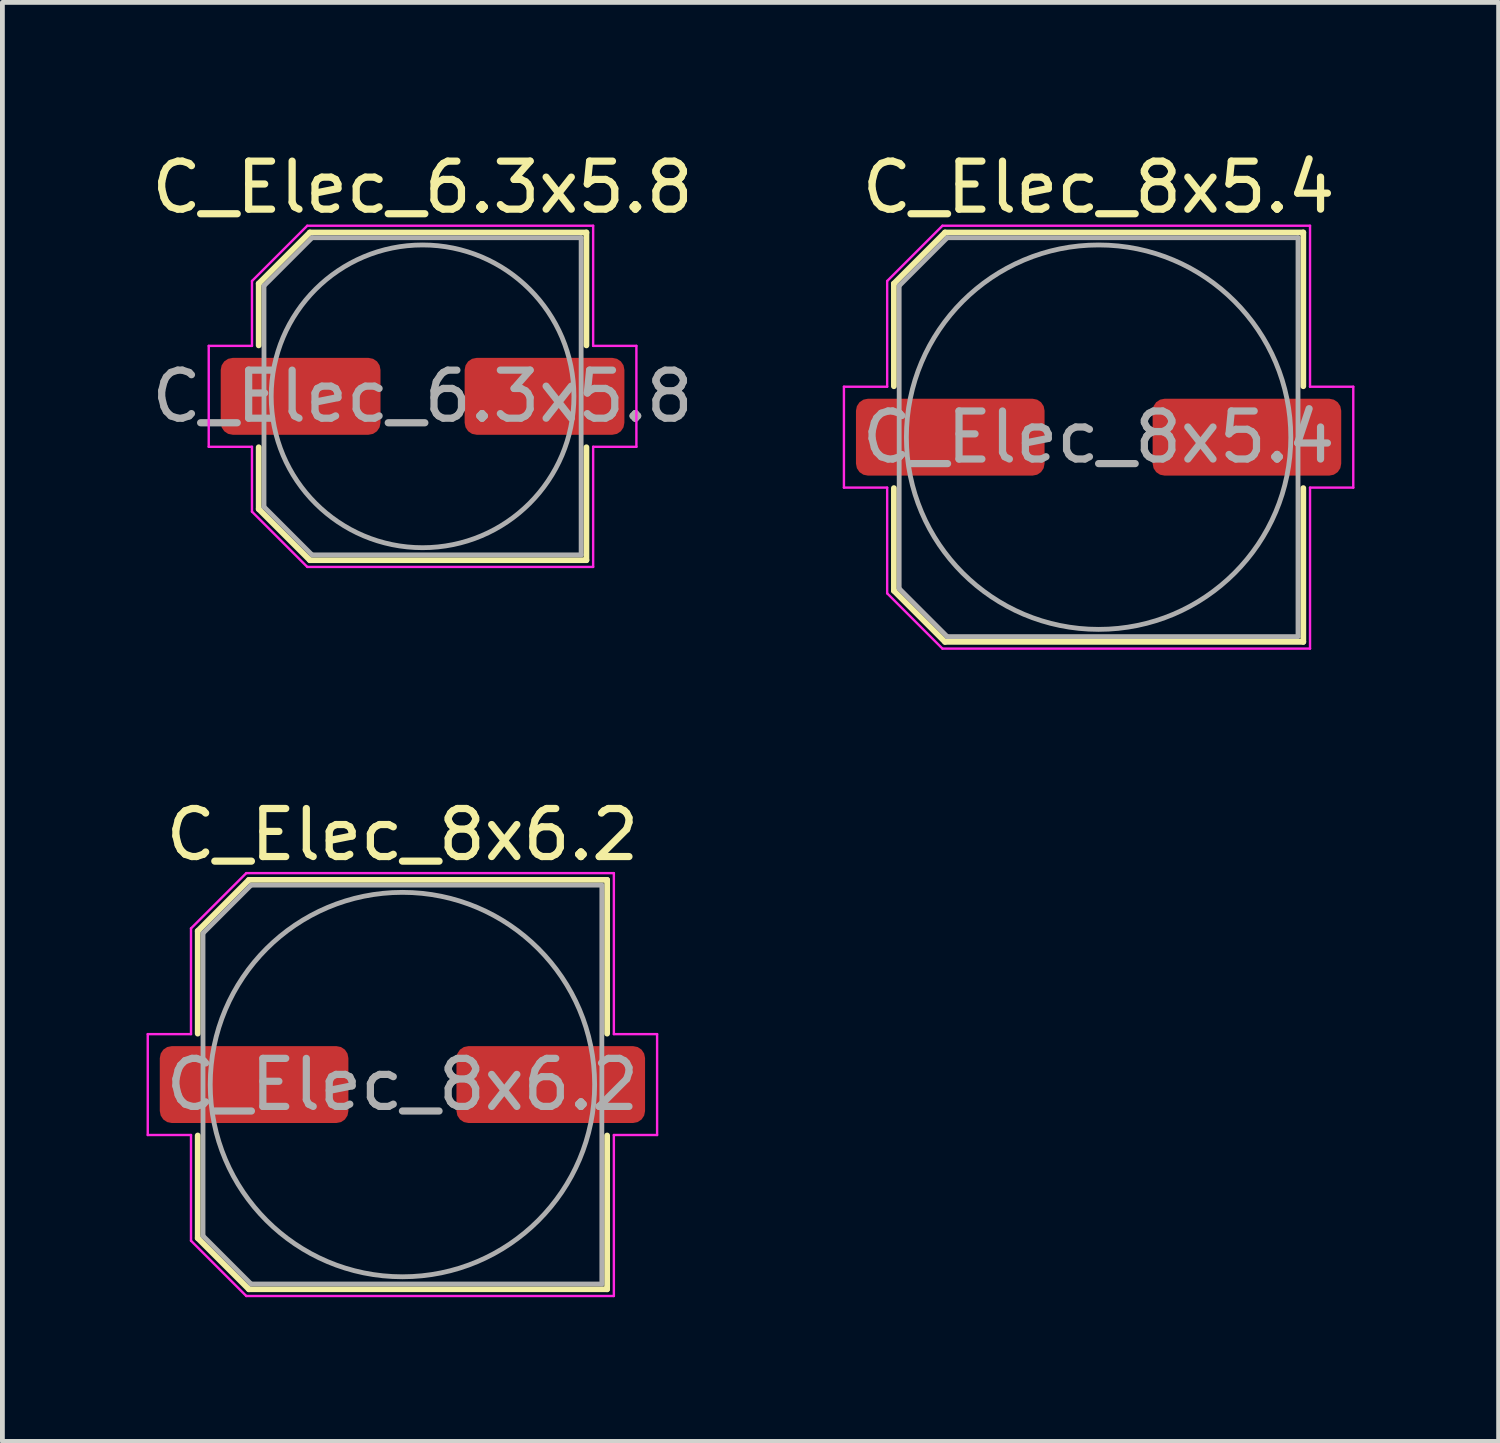
<source format=kicad_pcb>
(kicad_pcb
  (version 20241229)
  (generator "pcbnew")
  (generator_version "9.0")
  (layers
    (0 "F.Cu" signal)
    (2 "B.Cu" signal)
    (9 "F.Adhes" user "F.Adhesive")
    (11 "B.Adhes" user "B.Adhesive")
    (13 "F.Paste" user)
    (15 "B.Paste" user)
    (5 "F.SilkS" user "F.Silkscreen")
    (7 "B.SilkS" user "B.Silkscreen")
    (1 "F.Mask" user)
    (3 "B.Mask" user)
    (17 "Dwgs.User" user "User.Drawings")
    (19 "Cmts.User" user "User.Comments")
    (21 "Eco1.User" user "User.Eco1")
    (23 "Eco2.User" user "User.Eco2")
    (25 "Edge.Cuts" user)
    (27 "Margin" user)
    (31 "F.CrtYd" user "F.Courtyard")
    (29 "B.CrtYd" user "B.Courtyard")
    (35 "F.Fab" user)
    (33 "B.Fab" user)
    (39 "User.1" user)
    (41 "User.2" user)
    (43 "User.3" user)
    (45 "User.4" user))
  (footprint "C_Elec_6.3x5.8"
    (layer "F.Cu")
    (at 5.744 5.198)
    (property "Reference" "C_Elec_6.3x5.8" (at 0 -4.35 0) (layer "F.SilkS") (effects (font (size 1 1) (thickness 0.15))))
    (attr smd)
    (fp_line (start -3.41 -2.346) (end -3.41 -1.06) (stroke (width 0.12) (type solid)) (layer "F.SilkS"))
    (fp_line (start -3.41 -2.346) (end -2.346 -3.41) (stroke (width 0.12) (type solid)) (layer "F.SilkS"))
    (fp_line (start -3.41 2.346) (end -3.41 1.06) (stroke (width 0.12) (type solid)) (layer "F.SilkS"))
    (fp_line (start -3.41 2.346) (end -2.346 3.41) (stroke (width 0.12) (type solid)) (layer "F.SilkS"))
    (fp_line (start -2.346 -3.41) (end 3.41 -3.41) (stroke (width 0.12) (type solid)) (layer "F.SilkS"))
    (fp_line (start -2.346 3.41) (end 3.41 3.41) (stroke (width 0.12) (type solid)) (layer "F.SilkS"))
    (fp_line (start 3.41 -3.41) (end 3.41 -1.06) (stroke (width 0.12) (type solid)) (layer "F.SilkS"))
    (fp_line (start 3.41 3.41) (end 3.41 1.06) (stroke (width 0.12) (type solid)) (layer "F.SilkS"))
    (fp_line (start -4.45 -1.05) (end -4.45 1.05) (stroke (width 0.05) (type solid)) (layer "F.CrtYd"))
    (fp_line (start -4.45 1.05) (end -3.55 1.05) (stroke (width 0.05) (type solid)) (layer "F.CrtYd"))
    (fp_line (start -3.55 -2.4) (end -3.55 -1.05) (stroke (width 0.05) (type solid)) (layer "F.CrtYd"))
    (fp_line (start -3.55 -2.4) (end -2.4 -3.55) (stroke (width 0.05) (type solid)) (layer "F.CrtYd"))
    (fp_line (start -3.55 -1.05) (end -4.45 -1.05) (stroke (width 0.05) (type solid)) (layer "F.CrtYd"))
    (fp_line (start -3.55 1.05) (end -3.55 2.4) (stroke (width 0.05) (type solid)) (layer "F.CrtYd"))
    (fp_line (start -3.55 2.4) (end -2.4 3.55) (stroke (width 0.05) (type solid)) (layer "F.CrtYd"))
    (fp_line (start -2.4 -3.55) (end 3.55 -3.55) (stroke (width 0.05) (type solid)) (layer "F.CrtYd"))
    (fp_line (start -2.4 3.55) (end 3.55 3.55) (stroke (width 0.05) (type solid)) (layer "F.CrtYd"))
    (fp_line (start 3.55 -3.55) (end 3.55 -1.05) (stroke (width 0.05) (type solid)) (layer "F.CrtYd"))
    (fp_line (start 3.55 -1.05) (end 4.45 -1.05) (stroke (width 0.05) (type solid)) (layer "F.CrtYd"))
    (fp_line (start 3.55 1.05) (end 3.55 3.55) (stroke (width 0.05) (type solid)) (layer "F.CrtYd"))
    (fp_line (start 4.45 -1.05) (end 4.45 1.05) (stroke (width 0.05) (type solid)) (layer "F.CrtYd"))
    (fp_line (start 4.45 1.05) (end 3.55 1.05) (stroke (width 0.05) (type solid)) (layer "F.CrtYd"))
    (fp_line (start -3.3 -2.3) (end -3.3 2.3) (stroke (width 0.1) (type solid)) (layer "F.Fab"))
    (fp_line (start -3.3 -2.3) (end -2.3 -3.3) (stroke (width 0.1) (type solid)) (layer "F.Fab"))
    (fp_line (start -3.3 2.3) (end -2.3 3.3) (stroke (width 0.1) (type solid)) (layer "F.Fab"))
    (fp_line (start -2.3 -3.3) (end 3.3 -3.3) (stroke (width 0.1) (type solid)) (layer "F.Fab"))
    (fp_line (start -2.3 3.3) (end 3.3 3.3) (stroke (width 0.1) (type solid)) (layer "F.Fab"))
    (fp_line (start 3.3 -3.3) (end 3.3 3.3) (stroke (width 0.1) (type solid)) (layer "F.Fab"))
    (fp_circle (center 0 0) (end 3.15 0) (stroke (width 0.1) (type solid)) (fill no) (layer "F.Fab"))
    (fp_text user "${REFERENCE}" (at 0 0 0) (layer "F.Fab") (effects (font (size 1 1) (thickness 0.15))))
    (pad "1" smd roundrect (at -2.538 0) (size 3.325 1.6) (layers "F.Cu" "F.Mask" "F.Paste") (roundrect_rratio 0.156))
    (pad "2" smd roundrect (at 2.538 0) (size 3.325 1.6) (layers "F.Cu" "F.Mask" "F.Paste") (roundrect_rratio 0.156)))
  (footprint "C_Elec_8x5.4"
    (layer "F.Cu")
    (at 19.813 6.048)
    (property "Reference" "C_Elec_8x5.4" (at 0 -5.2 0) (layer "F.SilkS") (effects (font (size 1 1) (thickness 0.15))))
    (attr smd)
    (fp_line (start -4.26 -3.196) (end -4.26 -1.06) (stroke (width 0.12) (type solid)) (layer "F.SilkS"))
    (fp_line (start -4.26 -3.196) (end -3.196 -4.26) (stroke (width 0.12) (type solid)) (layer "F.SilkS"))
    (fp_line (start -4.26 3.196) (end -4.26 1.06) (stroke (width 0.12) (type solid)) (layer "F.SilkS"))
    (fp_line (start -4.26 3.196) (end -3.196 4.26) (stroke (width 0.12) (type solid)) (layer "F.SilkS"))
    (fp_line (start -3.196 -4.26) (end 4.26 -4.26) (stroke (width 0.12) (type solid)) (layer "F.SilkS"))
    (fp_line (start -3.196 4.26) (end 4.26 4.26) (stroke (width 0.12) (type solid)) (layer "F.SilkS"))
    (fp_line (start 4.26 -4.26) (end 4.26 -1.06) (stroke (width 0.12) (type solid)) (layer "F.SilkS"))
    (fp_line (start 4.26 4.26) (end 4.26 1.06) (stroke (width 0.12) (type solid)) (layer "F.SilkS"))
    (fp_line (start -5.3 -1.05) (end -5.3 1.05) (stroke (width 0.05) (type solid)) (layer "F.CrtYd"))
    (fp_line (start -5.3 1.05) (end -4.4 1.05) (stroke (width 0.05) (type solid)) (layer "F.CrtYd"))
    (fp_line (start -4.4 -3.25) (end -4.4 -1.05) (stroke (width 0.05) (type solid)) (layer "F.CrtYd"))
    (fp_line (start -4.4 -3.25) (end -3.25 -4.4) (stroke (width 0.05) (type solid)) (layer "F.CrtYd"))
    (fp_line (start -4.4 -1.05) (end -5.3 -1.05) (stroke (width 0.05) (type solid)) (layer "F.CrtYd"))
    (fp_line (start -4.4 1.05) (end -4.4 3.25) (stroke (width 0.05) (type solid)) (layer "F.CrtYd"))
    (fp_line (start -4.4 3.25) (end -3.25 4.4) (stroke (width 0.05) (type solid)) (layer "F.CrtYd"))
    (fp_line (start -3.25 -4.4) (end 4.4 -4.4) (stroke (width 0.05) (type solid)) (layer "F.CrtYd"))
    (fp_line (start -3.25 4.4) (end 4.4 4.4) (stroke (width 0.05) (type solid)) (layer "F.CrtYd"))
    (fp_line (start 4.4 -4.4) (end 4.4 -1.05) (stroke (width 0.05) (type solid)) (layer "F.CrtYd"))
    (fp_line (start 4.4 -1.05) (end 5.3 -1.05) (stroke (width 0.05) (type solid)) (layer "F.CrtYd"))
    (fp_line (start 4.4 1.05) (end 4.4 4.4) (stroke (width 0.05) (type solid)) (layer "F.CrtYd"))
    (fp_line (start 5.3 -1.05) (end 5.3 1.05) (stroke (width 0.05) (type solid)) (layer "F.CrtYd"))
    (fp_line (start 5.3 1.05) (end 4.4 1.05) (stroke (width 0.05) (type solid)) (layer "F.CrtYd"))
    (fp_line (start -4.15 -3.15) (end -4.15 3.15) (stroke (width 0.1) (type solid)) (layer "F.Fab"))
    (fp_line (start -4.15 -3.15) (end -3.15 -4.15) (stroke (width 0.1) (type solid)) (layer "F.Fab"))
    (fp_line (start -4.15 3.15) (end -3.15 4.15) (stroke (width 0.1) (type solid)) (layer "F.Fab"))
    (fp_line (start -3.15 -4.15) (end 4.15 -4.15) (stroke (width 0.1) (type solid)) (layer "F.Fab"))
    (fp_line (start -3.15 4.15) (end 4.15 4.15) (stroke (width 0.1) (type solid)) (layer "F.Fab"))
    (fp_line (start 4.15 -4.15) (end 4.15 4.15) (stroke (width 0.1) (type solid)) (layer "F.Fab"))
    (fp_circle (center 0 0) (end 4 0) (stroke (width 0.1) (type solid)) (fill no) (layer "F.Fab"))
    (fp_text user "${REFERENCE}" (at 0 0 0) (layer "F.Fab") (effects (font (size 1 1) (thickness 0.15))))
    (pad "1" smd roundrect (at -3.087 0) (size 3.925 1.6) (layers "F.Cu" "F.Mask" "F.Paste") (roundrect_rratio 0.156))
    (pad "2" smd roundrect (at 3.087 0) (size 3.925 1.6) (layers "F.Cu" "F.Mask" "F.Paste") (roundrect_rratio 0.156)))
  (footprint "C_Elec_8x6.2"
    (layer "F.Cu")
    (at 5.325 19.521)
    (property "Reference" "C_Elec_8x6.2" (at 0 -5.2 0) (layer "F.SilkS") (effects (font (size 1 1) (thickness 0.15))))
    (attr smd)
    (fp_line (start -4.26 -3.196) (end -4.26 -1.06) (stroke (width 0.12) (type solid)) (layer "F.SilkS"))
    (fp_line (start -4.26 -3.196) (end -3.196 -4.26) (stroke (width 0.12) (type solid)) (layer "F.SilkS"))
    (fp_line (start -4.26 3.196) (end -4.26 1.06) (stroke (width 0.12) (type solid)) (layer "F.SilkS"))
    (fp_line (start -4.26 3.196) (end -3.196 4.26) (stroke (width 0.12) (type solid)) (layer "F.SilkS"))
    (fp_line (start -3.196 -4.26) (end 4.26 -4.26) (stroke (width 0.12) (type solid)) (layer "F.SilkS"))
    (fp_line (start -3.196 4.26) (end 4.26 4.26) (stroke (width 0.12) (type solid)) (layer "F.SilkS"))
    (fp_line (start 4.26 -4.26) (end 4.26 -1.06) (stroke (width 0.12) (type solid)) (layer "F.SilkS"))
    (fp_line (start 4.26 4.26) (end 4.26 1.06) (stroke (width 0.12) (type solid)) (layer "F.SilkS"))
    (fp_line (start -5.3 -1.05) (end -5.3 1.05) (stroke (width 0.05) (type solid)) (layer "F.CrtYd"))
    (fp_line (start -5.3 1.05) (end -4.4 1.05) (stroke (width 0.05) (type solid)) (layer "F.CrtYd"))
    (fp_line (start -4.4 -3.25) (end -4.4 -1.05) (stroke (width 0.05) (type solid)) (layer "F.CrtYd"))
    (fp_line (start -4.4 -3.25) (end -3.25 -4.4) (stroke (width 0.05) (type solid)) (layer "F.CrtYd"))
    (fp_line (start -4.4 -1.05) (end -5.3 -1.05) (stroke (width 0.05) (type solid)) (layer "F.CrtYd"))
    (fp_line (start -4.4 1.05) (end -4.4 3.25) (stroke (width 0.05) (type solid)) (layer "F.CrtYd"))
    (fp_line (start -4.4 3.25) (end -3.25 4.4) (stroke (width 0.05) (type solid)) (layer "F.CrtYd"))
    (fp_line (start -3.25 -4.4) (end 4.4 -4.4) (stroke (width 0.05) (type solid)) (layer "F.CrtYd"))
    (fp_line (start -3.25 4.4) (end 4.4 4.4) (stroke (width 0.05) (type solid)) (layer "F.CrtYd"))
    (fp_line (start 4.4 -4.4) (end 4.4 -1.05) (stroke (width 0.05) (type solid)) (layer "F.CrtYd"))
    (fp_line (start 4.4 -1.05) (end 5.3 -1.05) (stroke (width 0.05) (type solid)) (layer "F.CrtYd"))
    (fp_line (start 4.4 1.05) (end 4.4 4.4) (stroke (width 0.05) (type solid)) (layer "F.CrtYd"))
    (fp_line (start 5.3 -1.05) (end 5.3 1.05) (stroke (width 0.05) (type solid)) (layer "F.CrtYd"))
    (fp_line (start 5.3 1.05) (end 4.4 1.05) (stroke (width 0.05) (type solid)) (layer "F.CrtYd"))
    (fp_line (start -4.15 -3.15) (end -4.15 3.15) (stroke (width 0.1) (type solid)) (layer "F.Fab"))
    (fp_line (start -4.15 -3.15) (end -3.15 -4.15) (stroke (width 0.1) (type solid)) (layer "F.Fab"))
    (fp_line (start -4.15 3.15) (end -3.15 4.15) (stroke (width 0.1) (type solid)) (layer "F.Fab"))
    (fp_line (start -3.15 -4.15) (end 4.15 -4.15) (stroke (width 0.1) (type solid)) (layer "F.Fab"))
    (fp_line (start -3.15 4.15) (end 4.15 4.15) (stroke (width 0.1) (type solid)) (layer "F.Fab"))
    (fp_line (start 4.15 -4.15) (end 4.15 4.15) (stroke (width 0.1) (type solid)) (layer "F.Fab"))
    (fp_circle (center 0 0) (end 4 0) (stroke (width 0.1) (type solid)) (fill no) (layer "F.Fab"))
    (fp_text user "${REFERENCE}" (at 0 0 0) (layer "F.Fab") (effects (font (size 1 1) (thickness 0.15))))
    (pad "1" smd roundrect (at -3.087 0) (size 3.925 1.6) (layers "F.Cu" "F.Mask" "F.Paste") (roundrect_rratio 0.156))
    (pad "2" smd roundrect (at 3.087 0) (size 3.925 1.6) (layers "F.Cu" "F.Mask" "F.Paste") (roundrect_rratio 0.156)))
  (gr_rect
    (start -3 -3)
    (end 28.138 26.947)
    (stroke (width 0.1) (type default))
    (fill no)
    (layer "Edge.Cuts")))
</source>
